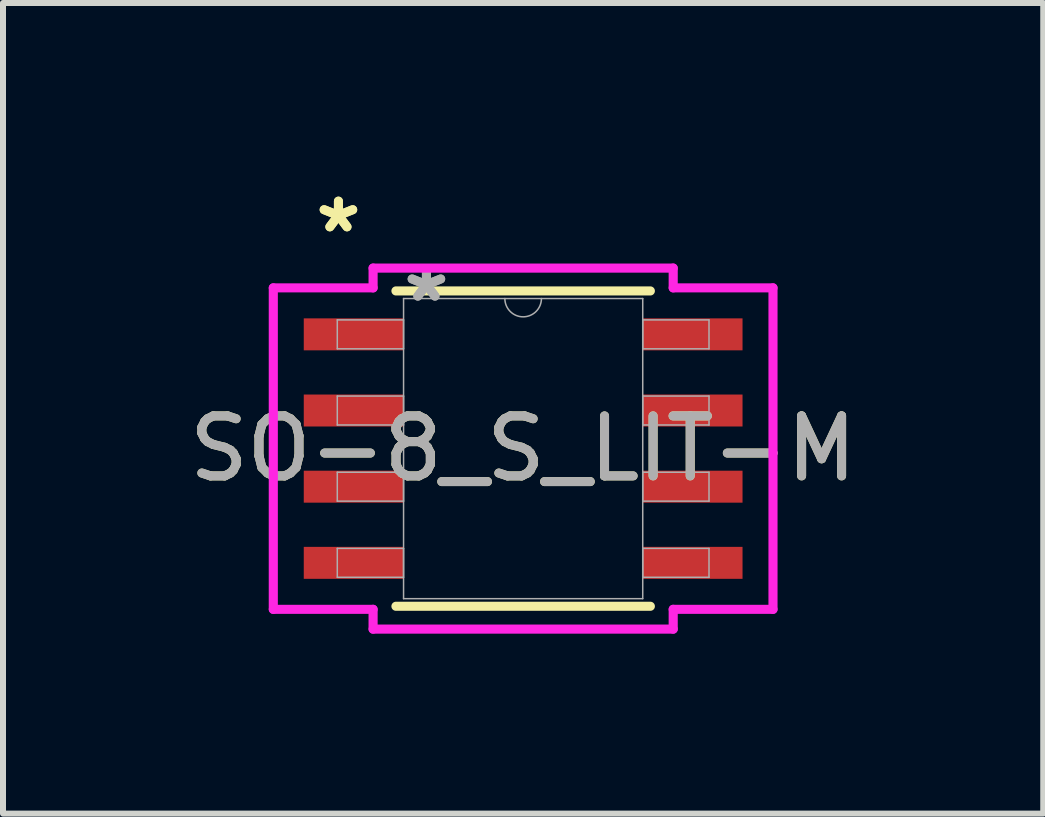
<source format=kicad_pcb>
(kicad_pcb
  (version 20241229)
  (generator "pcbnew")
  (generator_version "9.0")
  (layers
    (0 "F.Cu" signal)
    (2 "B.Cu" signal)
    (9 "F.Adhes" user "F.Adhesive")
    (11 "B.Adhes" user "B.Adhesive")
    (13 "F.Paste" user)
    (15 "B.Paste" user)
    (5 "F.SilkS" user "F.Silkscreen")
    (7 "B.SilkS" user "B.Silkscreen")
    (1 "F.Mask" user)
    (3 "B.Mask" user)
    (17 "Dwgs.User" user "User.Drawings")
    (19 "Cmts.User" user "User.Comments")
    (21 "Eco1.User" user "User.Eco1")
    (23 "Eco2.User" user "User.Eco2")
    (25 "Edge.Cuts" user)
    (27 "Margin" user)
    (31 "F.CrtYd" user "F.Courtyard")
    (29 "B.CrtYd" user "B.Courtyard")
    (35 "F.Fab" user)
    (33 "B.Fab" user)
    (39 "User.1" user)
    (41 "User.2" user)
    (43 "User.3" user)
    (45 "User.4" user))
  (footprint "SO-8_S_LIT-M"
    (layer "F.Cu")
    (at 5.673 4.43)
    (property "Reference" "SO-8_S_LIT-M" (at 0 0 0) (unlocked yes) (layer "F.SilkS") (effects (font (size 1 1) (thickness 0.15))))
    (attr smd)
    (fp_line (start -2.121 2.629) (end 2.121 2.629) (stroke (width 0.152) (type solid)) (layer "F.SilkS"))
    (fp_line (start 2.121 -2.629) (end -2.121 -2.629) (stroke (width 0.152) (type solid)) (layer "F.SilkS"))
    (fp_line (start -4.166 -2.68) (end -2.502 -2.68) (stroke (width 0.152) (type solid)) (layer "F.CrtYd"))
    (fp_line (start -4.166 2.68) (end -4.166 -2.68) (stroke (width 0.152) (type solid)) (layer "F.CrtYd"))
    (fp_line (start -4.166 2.68) (end -2.502 2.68) (stroke (width 0.152) (type solid)) (layer "F.CrtYd"))
    (fp_line (start -2.502 -3.01) (end 2.502 -3.01) (stroke (width 0.152) (type solid)) (layer "F.CrtYd"))
    (fp_line (start -2.502 -2.68) (end -2.502 -3.01) (stroke (width 0.152) (type solid)) (layer "F.CrtYd"))
    (fp_line (start -2.502 3.01) (end -2.502 2.68) (stroke (width 0.152) (type solid)) (layer "F.CrtYd"))
    (fp_line (start 2.502 -3.01) (end 2.502 -2.68) (stroke (width 0.152) (type solid)) (layer "F.CrtYd"))
    (fp_line (start 2.502 2.68) (end 2.502 3.01) (stroke (width 0.152) (type solid)) (layer "F.CrtYd"))
    (fp_line (start 2.502 3.01) (end -2.502 3.01) (stroke (width 0.152) (type solid)) (layer "F.CrtYd"))
    (fp_line (start 4.166 -2.68) (end 2.502 -2.68) (stroke (width 0.152) (type solid)) (layer "F.CrtYd"))
    (fp_line (start 4.166 -2.68) (end 4.166 2.68) (stroke (width 0.152) (type solid)) (layer "F.CrtYd"))
    (fp_line (start 4.166 2.68) (end 2.502 2.68) (stroke (width 0.152) (type solid)) (layer "F.CrtYd"))
    (fp_line (start -3.099 -2.146) (end -3.099 -1.664) (stroke (width 0.025) (type solid)) (layer "F.Fab"))
    (fp_line (start -3.099 -1.664) (end -1.994 -1.664) (stroke (width 0.025) (type solid)) (layer "F.Fab"))
    (fp_line (start -3.099 -0.876) (end -3.099 -0.394) (stroke (width 0.025) (type solid)) (layer "F.Fab"))
    (fp_line (start -3.099 -0.394) (end -1.994 -0.394) (stroke (width 0.025) (type solid)) (layer "F.Fab"))
    (fp_line (start -3.099 0.394) (end -3.099 0.876) (stroke (width 0.025) (type solid)) (layer "F.Fab"))
    (fp_line (start -3.099 0.876) (end -1.994 0.876) (stroke (width 0.025) (type solid)) (layer "F.Fab"))
    (fp_line (start -3.099 1.664) (end -3.099 2.146) (stroke (width 0.025) (type solid)) (layer "F.Fab"))
    (fp_line (start -3.099 2.146) (end -1.994 2.146) (stroke (width 0.025) (type solid)) (layer "F.Fab"))
    (fp_line (start -1.994 -2.502) (end -1.994 2.502) (stroke (width 0.025) (type solid)) (layer "F.Fab"))
    (fp_line (start -1.994 -2.146) (end -3.099 -2.146) (stroke (width 0.025) (type solid)) (layer "F.Fab"))
    (fp_line (start -1.994 -1.664) (end -1.994 -2.146) (stroke (width 0.025) (type solid)) (layer "F.Fab"))
    (fp_line (start -1.994 -0.876) (end -3.099 -0.876) (stroke (width 0.025) (type solid)) (layer "F.Fab"))
    (fp_line (start -1.994 -0.394) (end -1.994 -0.876) (stroke (width 0.025) (type solid)) (layer "F.Fab"))
    (fp_line (start -1.994 0.394) (end -3.099 0.394) (stroke (width 0.025) (type solid)) (layer "F.Fab"))
    (fp_line (start -1.994 0.876) (end -1.994 0.394) (stroke (width 0.025) (type solid)) (layer "F.Fab"))
    (fp_line (start -1.994 1.664) (end -3.099 1.664) (stroke (width 0.025) (type solid)) (layer "F.Fab"))
    (fp_line (start -1.994 2.146) (end -1.994 1.664) (stroke (width 0.025) (type solid)) (layer "F.Fab"))
    (fp_line (start -1.994 2.502) (end 1.994 2.502) (stroke (width 0.025) (type solid)) (layer "F.Fab"))
    (fp_line (start 1.994 -2.502) (end -1.994 -2.502) (stroke (width 0.025) (type solid)) (layer "F.Fab"))
    (fp_line (start 1.994 -2.146) (end 1.994 -1.664) (stroke (width 0.025) (type solid)) (layer "F.Fab"))
    (fp_line (start 1.994 -1.664) (end 3.099 -1.664) (stroke (width 0.025) (type solid)) (layer "F.Fab"))
    (fp_line (start 1.994 -0.876) (end 1.994 -0.394) (stroke (width 0.025) (type solid)) (layer "F.Fab"))
    (fp_line (start 1.994 -0.394) (end 3.099 -0.394) (stroke (width 0.025) (type solid)) (layer "F.Fab"))
    (fp_line (start 1.994 0.394) (end 1.994 0.876) (stroke (width 0.025) (type solid)) (layer "F.Fab"))
    (fp_line (start 1.994 0.876) (end 3.099 0.876) (stroke (width 0.025) (type solid)) (layer "F.Fab"))
    (fp_line (start 1.994 1.664) (end 1.994 2.146) (stroke (width 0.025) (type solid)) (layer "F.Fab"))
    (fp_line (start 1.994 2.146) (end 3.099 2.146) (stroke (width 0.025) (type solid)) (layer "F.Fab"))
    (fp_line (start 1.994 2.502) (end 1.994 -2.502) (stroke (width 0.025) (type solid)) (layer "F.Fab"))
    (fp_line (start 3.099 -2.146) (end 1.994 -2.146) (stroke (width 0.025) (type solid)) (layer "F.Fab"))
    (fp_line (start 3.099 -1.664) (end 3.099 -2.146) (stroke (width 0.025) (type solid)) (layer "F.Fab"))
    (fp_line (start 3.099 -0.876) (end 1.994 -0.876) (stroke (width 0.025) (type solid)) (layer "F.Fab"))
    (fp_line (start 3.099 -0.394) (end 3.099 -0.876) (stroke (width 0.025) (type solid)) (layer "F.Fab"))
    (fp_line (start 3.099 0.394) (end 1.994 0.394) (stroke (width 0.025) (type solid)) (layer "F.Fab"))
    (fp_line (start 3.099 0.876) (end 3.099 0.394) (stroke (width 0.025) (type solid)) (layer "F.Fab"))
    (fp_line (start 3.099 1.664) (end 1.994 1.664) (stroke (width 0.025) (type solid)) (layer "F.Fab"))
    (fp_line (start 3.099 2.146) (end 3.099 1.664) (stroke (width 0.025) (type solid)) (layer "F.Fab"))
    (fp_arc (start 0.3048 -2.5019) (mid 0 -2.1971) (end -0.3048 -2.5019) (stroke (width 0.0254) (type solid)) (layer "F.Fab"))
    (fp_text user "*" (at -3.08 -3.581 0) (layer "F.SilkS") (effects (font (size 1 1) (thickness 0.15))))
    (fp_text user "*" (at -3.08 -3.581 0) (unlocked yes) (layer "F.SilkS") (effects (font (size 1 1) (thickness 0.15))))
    (fp_text user "*" (at -1.613 -2.426 0) (unlocked yes) (layer "F.Fab") (effects (font (size 1 1) (thickness 0.15))))
    (fp_text user "${REFERENCE}" (at 0 0 0) (unlocked yes) (layer "F.Fab") (effects (font (size 1 1) (thickness 0.15))))
    (fp_text user "*" (at -1.613 -2.426 0) (layer "F.Fab") (effects (font (size 1 1) (thickness 0.15))))
    (pad "1" smd rect (at -2.826 -1.905) (size 1.664 0.533) (layers "F.Cu" "F.Mask" "F.Paste"))
    (pad "2" smd rect (at -2.826 -0.635) (size 1.664 0.533) (layers "F.Cu" "F.Mask" "F.Paste"))
    (pad "3" smd rect (at -2.826 0.635) (size 1.664 0.533) (layers "F.Cu" "F.Mask" "F.Paste"))
    (pad "4" smd rect (at -2.826 1.905) (size 1.664 0.533) (layers "F.Cu" "F.Mask" "F.Paste"))
    (pad "5" smd rect (at 2.826 1.905) (size 1.664 0.533) (layers "F.Cu" "F.Mask" "F.Paste"))
    (pad "6" smd rect (at 2.826 0.635) (size 1.664 0.533) (layers "F.Cu" "F.Mask" "F.Paste"))
    (pad "7" smd rect (at 2.826 -0.635) (size 1.664 0.533) (layers "F.Cu" "F.Mask" "F.Paste"))
    (pad "8" smd rect (at 2.826 -1.905) (size 1.664 0.533) (layers "F.Cu" "F.Mask" "F.Paste")))
  (gr_rect
    (start -3 -3)
    (end 14.345 10.516)
    (stroke (width 0.1) (type default))
    (fill no)
    (layer "Edge.Cuts")))
</source>
